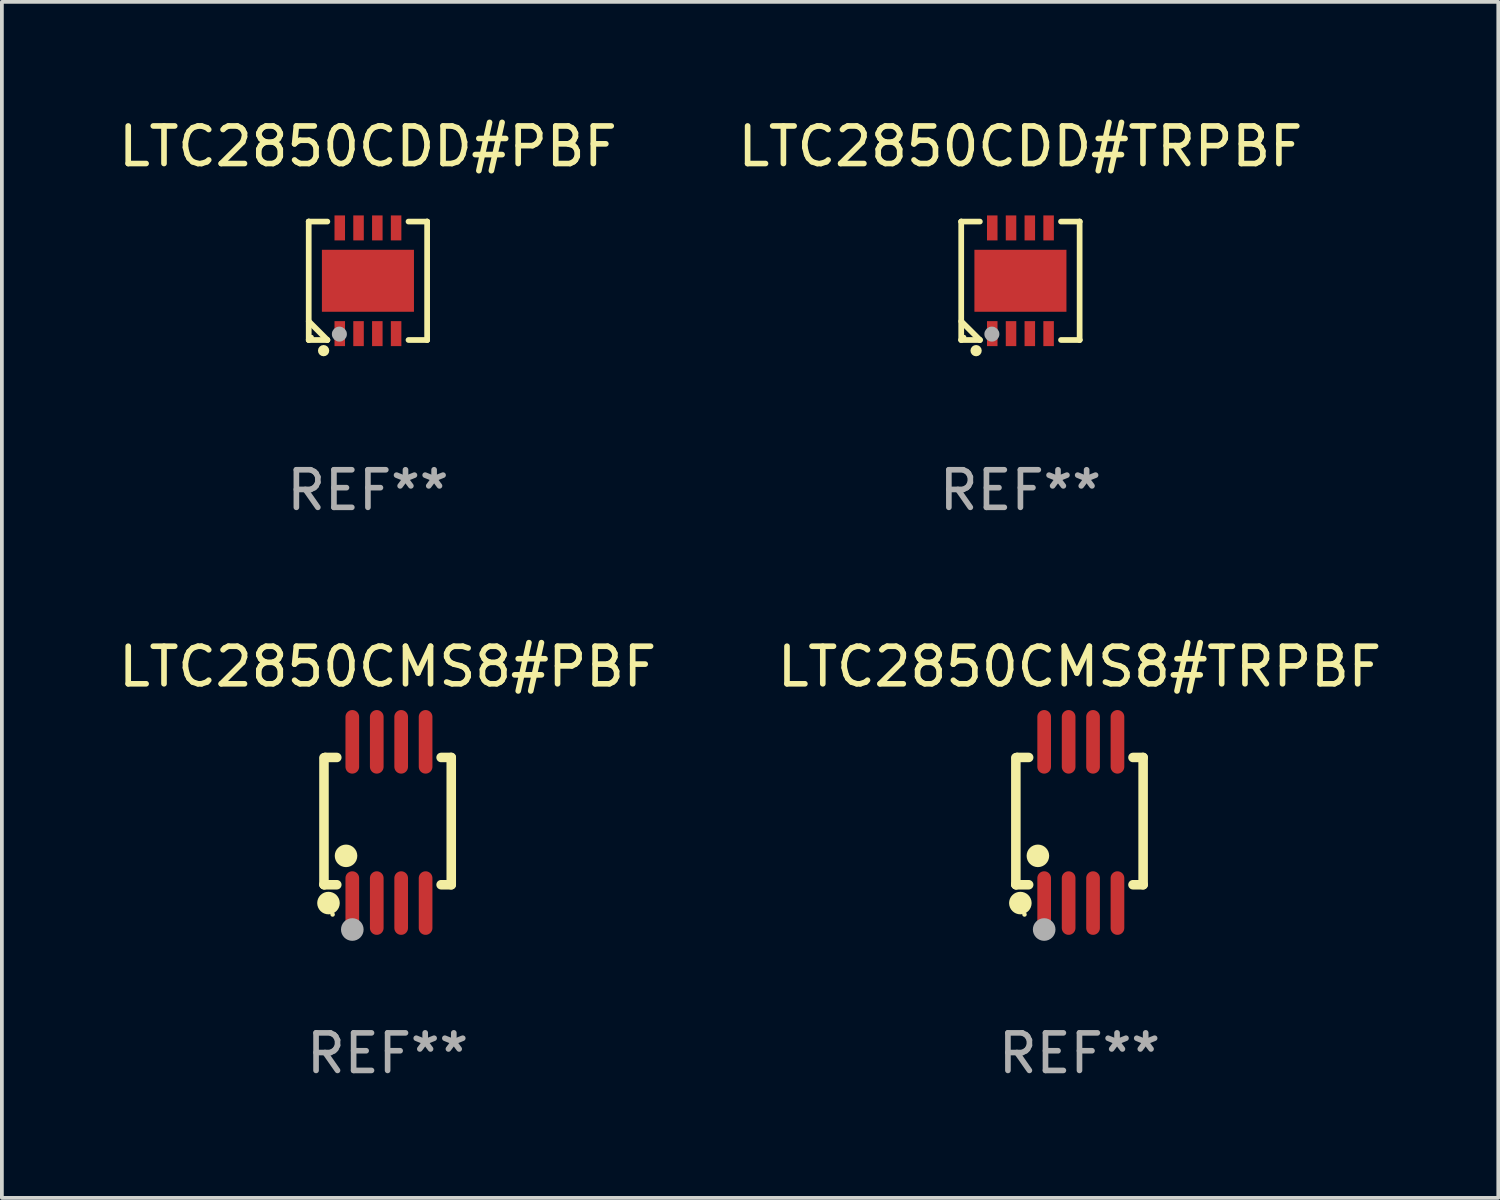
<source format=kicad_pcb>
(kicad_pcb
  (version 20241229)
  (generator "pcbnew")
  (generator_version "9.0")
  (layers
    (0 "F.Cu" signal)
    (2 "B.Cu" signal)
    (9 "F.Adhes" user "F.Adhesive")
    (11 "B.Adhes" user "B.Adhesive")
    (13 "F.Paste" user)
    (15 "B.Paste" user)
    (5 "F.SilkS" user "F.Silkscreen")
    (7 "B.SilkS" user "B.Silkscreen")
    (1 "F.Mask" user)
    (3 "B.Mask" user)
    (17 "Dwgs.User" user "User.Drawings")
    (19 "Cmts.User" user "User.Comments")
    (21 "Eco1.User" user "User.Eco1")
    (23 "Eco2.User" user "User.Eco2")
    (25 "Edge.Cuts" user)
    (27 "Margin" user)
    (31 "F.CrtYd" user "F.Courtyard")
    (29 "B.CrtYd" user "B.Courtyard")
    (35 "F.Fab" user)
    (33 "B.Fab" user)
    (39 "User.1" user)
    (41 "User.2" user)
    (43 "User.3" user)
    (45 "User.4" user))
  (footprint "LTC2850CDD#TRPBF"
    (layer "F.Cu")
    (at 24.113 4.424)
    (property "Reference" "LTC2850CDD#TRPBF" (at 0 -3.576 0) (layer "F.SilkS") (effects (font (size 1 1) (thickness 0.15))))
    (attr through_hole)
    (fp_line (start -1.576 -1.576) (end -1.576 -1.576) (stroke (width 0.152) (type solid)) (layer "F.SilkS"))
    (fp_line (start -1.576 -1.576) (end -1.08 -1.576) (stroke (width 0.152) (type solid)) (layer "F.SilkS"))
    (fp_line (start -1.576 1.576) (end -1.576 -1.576) (stroke (width 0.152) (type solid)) (layer "F.SilkS"))
    (fp_line (start -1.576 1.576) (end -1.576 1.576) (stroke (width 0.152) (type solid)) (layer "F.SilkS"))
    (fp_line (start -1.08 1.575) (end -1.576 1.079) (stroke (width 0.152) (type solid)) (layer "F.SilkS"))
    (fp_line (start -1.08 1.576) (end -1.576 1.576) (stroke (width 0.152) (type solid)) (layer "F.SilkS"))
    (fp_line (start -1.08 1.576) (end -1.08 1.575) (stroke (width 0.152) (type solid)) (layer "F.SilkS"))
    (fp_line (start 1.08 1.576) (end 1.576 1.576) (stroke (width 0.152) (type solid)) (layer "F.SilkS"))
    (fp_line (start 1.576 -1.576) (end 1.08 -1.576) (stroke (width 0.152) (type solid)) (layer "F.SilkS"))
    (fp_line (start 1.576 -1.576) (end 1.576 -1.576) (stroke (width 0.152) (type solid)) (layer "F.SilkS"))
    (fp_line (start 1.576 1.576) (end 1.576 -1.576) (stroke (width 0.152) (type solid)) (layer "F.SilkS"))
    (fp_line (start 1.576 1.576) (end 1.576 1.576) (stroke (width 0.152) (type solid)) (layer "F.SilkS"))
    (fp_circle (center -1.5 1.5) (end -1.47 1.5) (stroke (width 0.06) (type solid)) (fill no) (layer "F.SilkS"))
    (fp_circle (center -1.18 1.86) (end -1.105 1.86) (stroke (width 0.15) (type solid)) (fill no) (layer "F.SilkS"))
    (fp_circle (center -0.76 1.42) (end -0.66 1.42) (stroke (width 0.2) (type solid)) (fill no) (layer "F.Fab"))
    (fp_text user "REF**" (at 0 5.576 0) (layer "F.Fab") (effects (font (size 1 1) (thickness 0.15))))
    (pad "1" smd rect (at -0.75 1.407) (size 0.28 0.665) (layers "F.Cu" "F.Mask" "F.Paste"))
    (pad "2" smd rect (at -0.25 1.407) (size 0.28 0.665) (layers "F.Cu" "F.Mask" "F.Paste"))
    (pad "3" smd rect (at 0.25 1.407) (size 0.28 0.665) (layers "F.Cu" "F.Mask" "F.Paste"))
    (pad "4" smd rect (at 0.75 1.407) (size 0.28 0.665) (layers "F.Cu" "F.Mask" "F.Paste"))
    (pad "5" smd rect (at 0.75 -1.407) (size 0.28 0.665) (layers "F.Cu" "F.Mask" "F.Paste"))
    (pad "6" smd rect (at 0.25 -1.407) (size 0.28 0.665) (layers "F.Cu" "F.Mask" "F.Paste"))
    (pad "7" smd rect (at -0.25 -1.407) (size 0.28 0.665) (layers "F.Cu" "F.Mask" "F.Paste"))
    (pad "8" smd rect (at -0.75 -1.407) (size 0.28 0.665) (layers "F.Cu" "F.Mask" "F.Paste"))
    (pad "9" smd rect (at 0 0) (size 2.45 1.65) (layers "F.Cu" "F.Mask" "F.Paste")))
  (footprint "LTC2850CMS8#TRPBF"
    (layer "F.Cu")
    (at 25.685 18.843)
    (property "Reference" "LTC2850CMS8#TRPBF" (at 0 -4.146 0) (layer "F.SilkS") (effects (font (size 1 1) (thickness 0.15))))
    (attr through_hole)
    (fp_line (start -1.694 -1.724) (end -1.694 1.652) (stroke (width 0.254) (type solid)) (layer "F.SilkS"))
    (fp_line (start -1.694 1.652) (end -1.688 1.658) (stroke (width 0.254) (type solid)) (layer "F.SilkS"))
    (fp_line (start -1.688 1.658) (end -1.353 1.658) (stroke (width 0.254) (type solid)) (layer "F.SilkS"))
    (fp_line (start -1.661 -1.73) (end -1.681 -1.71) (stroke (width 0.254) (type solid)) (layer "F.SilkS"))
    (fp_line (start -1.353 -1.73) (end -1.661 -1.73) (stroke (width 0.254) (type solid)) (layer "F.SilkS"))
    (fp_line (start 1.424 1.658) (end 1.694 1.658) (stroke (width 0.254) (type solid)) (layer "F.SilkS"))
    (fp_line (start 1.694 -1.73) (end 1.424 -1.73) (stroke (width 0.254) (type solid)) (layer "F.SilkS"))
    (fp_line (start 1.694 1.658) (end 1.694 -1.73) (stroke (width 0.254) (type solid)) (layer "F.SilkS"))
    (fp_circle (center -1.574 2.146) (end -1.424 2.146) (stroke (width 0.3) (type solid)) (fill no) (layer "F.SilkS"))
    (fp_circle (center -1.464 2.45) (end -1.434 2.45) (stroke (width 0.06) (type solid)) (fill no) (layer "F.SilkS"))
    (fp_circle (center -1.107 0.889) (end -0.957 0.889) (stroke (width 0.3) (type solid)) (fill no) (layer "F.SilkS"))
    (fp_circle (center -0.94 2.85) (end -0.789 2.85) (stroke (width 0.3) (type solid)) (fill no) (layer "F.Fab"))
    (fp_text user "REF**" (at 0 6.146 0) (layer "F.Fab") (effects (font (size 1 1) (thickness 0.15))))
    (pad "1" smd oval (at -0.94 2.146) (size 0.364 1.692) (layers "F.Cu" "F.Mask" "F.Paste"))
    (pad "2" smd oval (at -0.289 2.146) (size 0.364 1.692) (layers "F.Cu" "F.Mask" "F.Paste"))
    (pad "3" smd oval (at 0.361 2.146) (size 0.364 1.692) (layers "F.Cu" "F.Mask" "F.Paste"))
    (pad "4" smd oval (at 1.011 2.146) (size 0.364 1.692) (layers "F.Cu" "F.Mask" "F.Paste"))
    (pad "5" smd oval (at 1.011 -2.146) (size 0.364 1.692) (layers "F.Cu" "F.Mask" "F.Paste"))
    (pad "6" smd oval (at 0.361 -2.146) (size 0.364 1.692) (layers "F.Cu" "F.Mask" "F.Paste"))
    (pad "7" smd oval (at -0.289 -2.146) (size 0.364 1.692) (layers "F.Cu" "F.Mask" "F.Paste"))
    (pad "8" smd oval (at -0.94 -2.146) (size 0.364 1.692) (layers "F.Cu" "F.Mask" "F.Paste")))
  (footprint "LTC2850CDD#PBF"
    (layer "F.Cu")
    (at 6.744 4.424)
    (property "Reference" "LTC2850CDD#PBF" (at 0 -3.576 0) (layer "F.SilkS") (effects (font (size 1 1) (thickness 0.15))))
    (attr through_hole)
    (fp_line (start -1.576 -1.576) (end -1.576 -1.576) (stroke (width 0.152) (type solid)) (layer "F.SilkS"))
    (fp_line (start -1.576 -1.576) (end -1.08 -1.576) (stroke (width 0.152) (type solid)) (layer "F.SilkS"))
    (fp_line (start -1.576 1.576) (end -1.576 -1.576) (stroke (width 0.152) (type solid)) (layer "F.SilkS"))
    (fp_line (start -1.576 1.576) (end -1.576 1.576) (stroke (width 0.152) (type solid)) (layer "F.SilkS"))
    (fp_line (start -1.08 1.575) (end -1.576 1.079) (stroke (width 0.152) (type solid)) (layer "F.SilkS"))
    (fp_line (start -1.08 1.576) (end -1.576 1.576) (stroke (width 0.152) (type solid)) (layer "F.SilkS"))
    (fp_line (start -1.08 1.576) (end -1.08 1.575) (stroke (width 0.152) (type solid)) (layer "F.SilkS"))
    (fp_line (start 1.08 1.576) (end 1.576 1.576) (stroke (width 0.152) (type solid)) (layer "F.SilkS"))
    (fp_line (start 1.576 -1.576) (end 1.08 -1.576) (stroke (width 0.152) (type solid)) (layer "F.SilkS"))
    (fp_line (start 1.576 -1.576) (end 1.576 -1.576) (stroke (width 0.152) (type solid)) (layer "F.SilkS"))
    (fp_line (start 1.576 1.576) (end 1.576 -1.576) (stroke (width 0.152) (type solid)) (layer "F.SilkS"))
    (fp_line (start 1.576 1.576) (end 1.576 1.576) (stroke (width 0.152) (type solid)) (layer "F.SilkS"))
    (fp_circle (center -1.5 1.5) (end -1.47 1.5) (stroke (width 0.06) (type solid)) (fill no) (layer "F.SilkS"))
    (fp_circle (center -1.18 1.86) (end -1.105 1.86) (stroke (width 0.15) (type solid)) (fill no) (layer "F.SilkS"))
    (fp_circle (center -0.76 1.42) (end -0.66 1.42) (stroke (width 0.2) (type solid)) (fill no) (layer "F.Fab"))
    (fp_text user "REF**" (at 0 5.576 0) (layer "F.Fab") (effects (font (size 1 1) (thickness 0.15))))
    (pad "1" smd rect (at -0.75 1.407) (size 0.28 0.665) (layers "F.Cu" "F.Mask" "F.Paste"))
    (pad "2" smd rect (at -0.25 1.407) (size 0.28 0.665) (layers "F.Cu" "F.Mask" "F.Paste"))
    (pad "3" smd rect (at 0.25 1.407) (size 0.28 0.665) (layers "F.Cu" "F.Mask" "F.Paste"))
    (pad "4" smd rect (at 0.75 1.407) (size 0.28 0.665) (layers "F.Cu" "F.Mask" "F.Paste"))
    (pad "5" smd rect (at 0.75 -1.407) (size 0.28 0.665) (layers "F.Cu" "F.Mask" "F.Paste"))
    (pad "6" smd rect (at 0.25 -1.407) (size 0.28 0.665) (layers "F.Cu" "F.Mask" "F.Paste"))
    (pad "7" smd rect (at -0.25 -1.407) (size 0.28 0.665) (layers "F.Cu" "F.Mask" "F.Paste"))
    (pad "8" smd rect (at -0.75 -1.407) (size 0.28 0.665) (layers "F.Cu" "F.Mask" "F.Paste"))
    (pad "9" smd rect (at 0 0) (size 2.45 1.65) (layers "F.Cu" "F.Mask" "F.Paste")))
  (footprint "LTC2850CMS8#PBF"
    (layer "F.Cu")
    (at 7.268 18.843)
    (property "Reference" "LTC2850CMS8#PBF" (at 0 -4.146 0) (layer "F.SilkS") (effects (font (size 1 1) (thickness 0.15))))
    (attr through_hole)
    (fp_line (start -1.694 -1.724) (end -1.694 1.652) (stroke (width 0.254) (type solid)) (layer "F.SilkS"))
    (fp_line (start -1.694 1.652) (end -1.688 1.658) (stroke (width 0.254) (type solid)) (layer "F.SilkS"))
    (fp_line (start -1.688 1.658) (end -1.353 1.658) (stroke (width 0.254) (type solid)) (layer "F.SilkS"))
    (fp_line (start -1.661 -1.73) (end -1.681 -1.71) (stroke (width 0.254) (type solid)) (layer "F.SilkS"))
    (fp_line (start -1.353 -1.73) (end -1.661 -1.73) (stroke (width 0.254) (type solid)) (layer "F.SilkS"))
    (fp_line (start 1.424 1.658) (end 1.694 1.658) (stroke (width 0.254) (type solid)) (layer "F.SilkS"))
    (fp_line (start 1.694 -1.73) (end 1.424 -1.73) (stroke (width 0.254) (type solid)) (layer "F.SilkS"))
    (fp_line (start 1.694 1.658) (end 1.694 -1.73) (stroke (width 0.254) (type solid)) (layer "F.SilkS"))
    (fp_circle (center -1.574 2.146) (end -1.424 2.146) (stroke (width 0.3) (type solid)) (fill no) (layer "F.SilkS"))
    (fp_circle (center -1.464 2.45) (end -1.434 2.45) (stroke (width 0.06) (type solid)) (fill no) (layer "F.SilkS"))
    (fp_circle (center -1.107 0.889) (end -0.957 0.889) (stroke (width 0.3) (type solid)) (fill no) (layer "F.SilkS"))
    (fp_circle (center -0.94 2.85) (end -0.789 2.85) (stroke (width 0.3) (type solid)) (fill no) (layer "F.Fab"))
    (fp_text user "REF**" (at 0 6.146 0) (layer "F.Fab") (effects (font (size 1 1) (thickness 0.15))))
    (pad "1" smd oval (at -0.94 2.146) (size 0.364 1.692) (layers "F.Cu" "F.Mask" "F.Paste"))
    (pad "2" smd oval (at -0.289 2.146) (size 0.364 1.692) (layers "F.Cu" "F.Mask" "F.Paste"))
    (pad "3" smd oval (at 0.361 2.146) (size 0.364 1.692) (layers "F.Cu" "F.Mask" "F.Paste"))
    (pad "4" smd oval (at 1.011 2.146) (size 0.364 1.692) (layers "F.Cu" "F.Mask" "F.Paste"))
    (pad "5" smd oval (at 1.011 -2.146) (size 0.364 1.692) (layers "F.Cu" "F.Mask" "F.Paste"))
    (pad "6" smd oval (at 0.361 -2.146) (size 0.364 1.692) (layers "F.Cu" "F.Mask" "F.Paste"))
    (pad "7" smd oval (at -0.289 -2.146) (size 0.364 1.692) (layers "F.Cu" "F.Mask" "F.Paste"))
    (pad "8" smd oval (at -0.94 -2.146) (size 0.364 1.692) (layers "F.Cu" "F.Mask" "F.Paste")))
  (gr_rect
    (start -3 -3)
    (end 36.833 28.837)
    (stroke (width 0.1) (type default))
    (fill no)
    (layer "Edge.Cuts")))
</source>
